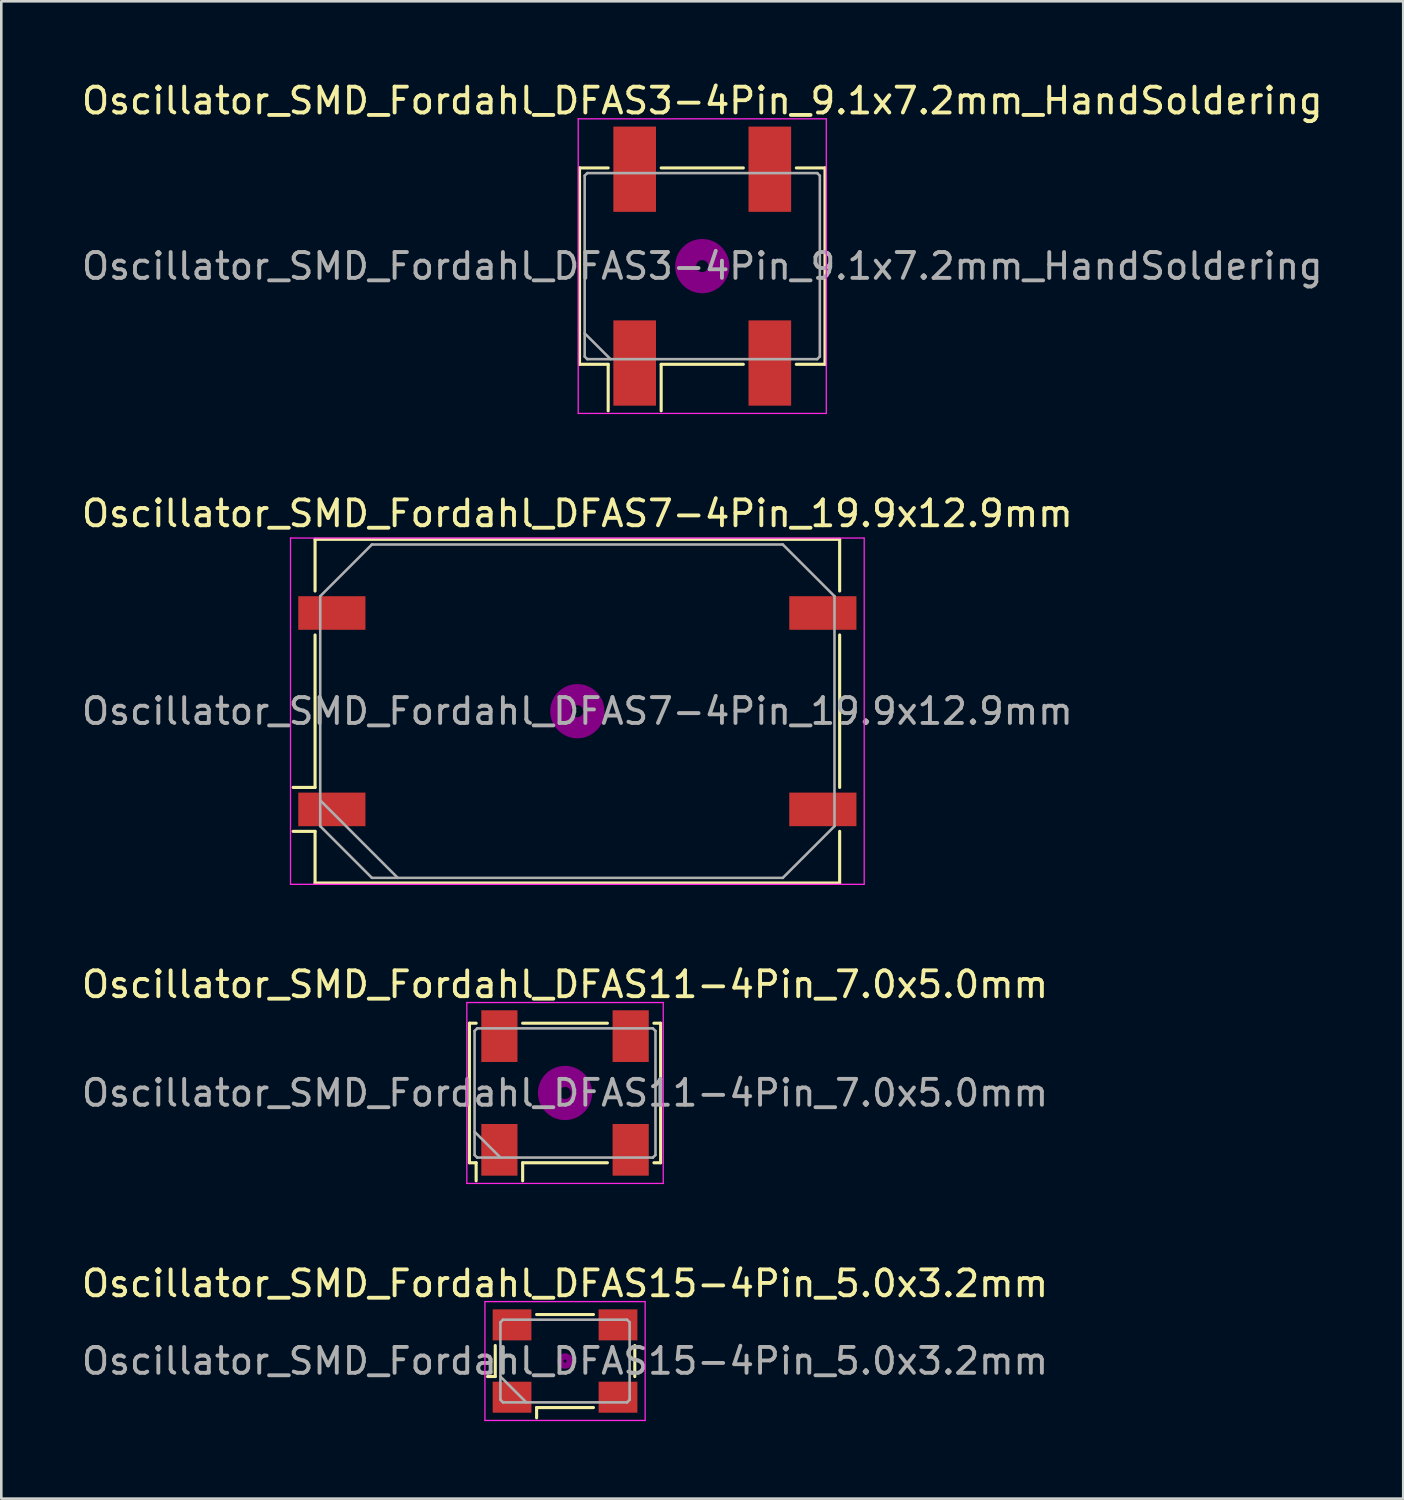
<source format=kicad_pcb>
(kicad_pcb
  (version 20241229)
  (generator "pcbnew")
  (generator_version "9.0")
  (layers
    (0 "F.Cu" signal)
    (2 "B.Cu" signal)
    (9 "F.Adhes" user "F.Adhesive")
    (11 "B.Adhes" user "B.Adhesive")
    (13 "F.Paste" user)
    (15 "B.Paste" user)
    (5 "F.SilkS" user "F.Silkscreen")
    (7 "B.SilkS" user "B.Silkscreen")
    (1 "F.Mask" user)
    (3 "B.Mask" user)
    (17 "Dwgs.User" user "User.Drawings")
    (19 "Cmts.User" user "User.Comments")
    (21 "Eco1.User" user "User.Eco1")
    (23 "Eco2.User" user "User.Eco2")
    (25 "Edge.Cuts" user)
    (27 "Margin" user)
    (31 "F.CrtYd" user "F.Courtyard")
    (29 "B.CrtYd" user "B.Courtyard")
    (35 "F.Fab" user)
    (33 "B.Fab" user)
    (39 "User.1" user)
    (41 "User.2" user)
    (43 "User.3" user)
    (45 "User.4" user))
  (footprint "Oscillator_SMD_Fordahl_DFAS7-4Pin_19.9x12.9mm"
    (layer "F.Cu")
    (at 19.292 24.471)
    (property "Reference" "Oscillator_SMD_Fordahl_DFAS7-4Pin_19.9x12.9mm" (at 0 -7.65 0) (layer "F.SilkS") (effects (font (size 1 1) (thickness 0.15))))
    (attr smd)
    (fp_line (start -11 2.95) (end -10.15 2.95) (stroke (width 0.12) (type solid)) (layer "F.SilkS"))
    (fp_line (start -11 4.65) (end -10.15 4.65) (stroke (width 0.12) (type solid)) (layer "F.SilkS"))
    (fp_line (start -10.15 -6.65) (end 10.15 -6.65) (stroke (width 0.12) (type solid)) (layer "F.SilkS"))
    (fp_line (start -10.15 -4.65) (end -10.15 -6.65) (stroke (width 0.12) (type solid)) (layer "F.SilkS"))
    (fp_line (start -10.15 2.95) (end -10.15 -2.95) (stroke (width 0.12) (type solid)) (layer "F.SilkS"))
    (fp_line (start -10.15 4.65) (end -10.15 6.65) (stroke (width 0.12) (type solid)) (layer "F.SilkS"))
    (fp_line (start -10.15 6.65) (end 10.15 6.65) (stroke (width 0.12) (type solid)) (layer "F.SilkS"))
    (fp_line (start 10.15 -6.65) (end 10.15 -4.65) (stroke (width 0.12) (type solid)) (layer "F.SilkS"))
    (fp_line (start 10.15 -2.95) (end 10.15 2.95) (stroke (width 0.12) (type solid)) (layer "F.SilkS"))
    (fp_line (start 10.15 6.65) (end 10.15 4.65) (stroke (width 0.12) (type solid)) (layer "F.SilkS"))
    (fp_circle (center 0 0) (end 0.233 0) (stroke (width 0.467) (type solid)) (fill no) (layer "F.Adhes"))
    (fp_circle (center 0 0) (end 0.533 0) (stroke (width 0.333) (type solid)) (fill no) (layer "F.Adhes"))
    (fp_circle (center 0 0) (end 0.833 0) (stroke (width 0.333) (type solid)) (fill no) (layer "F.Adhes"))
    (fp_circle (center 0 0) (end 1 0) (stroke (width 0.1) (type solid)) (fill no) (layer "F.Adhes"))
    (fp_line (start -11.1 -6.7) (end -11.1 6.7) (stroke (width 0.05) (type solid)) (layer "F.CrtYd"))
    (fp_line (start -11.1 6.7) (end 11.1 6.7) (stroke (width 0.05) (type solid)) (layer "F.CrtYd"))
    (fp_line (start 11.1 -6.7) (end -11.1 -6.7) (stroke (width 0.05) (type solid)) (layer "F.CrtYd"))
    (fp_line (start 11.1 6.7) (end 11.1 -6.7) (stroke (width 0.05) (type solid)) (layer "F.CrtYd"))
    (fp_line (start -9.95 -4.45) (end -7.95 -6.45) (stroke (width 0.1) (type solid)) (layer "F.Fab"))
    (fp_line (start -9.95 3.45) (end -6.95 6.45) (stroke (width 0.1) (type solid)) (layer "F.Fab"))
    (fp_line (start -9.95 4.45) (end -9.95 -4.45) (stroke (width 0.1) (type solid)) (layer "F.Fab"))
    (fp_line (start -7.95 -6.45) (end 7.95 -6.45) (stroke (width 0.1) (type solid)) (layer "F.Fab"))
    (fp_line (start -7.95 6.45) (end -9.95 4.45) (stroke (width 0.1) (type solid)) (layer "F.Fab"))
    (fp_line (start 7.95 -6.45) (end 9.95 -4.45) (stroke (width 0.1) (type solid)) (layer "F.Fab"))
    (fp_line (start 7.95 6.45) (end -7.95 6.45) (stroke (width 0.1) (type solid)) (layer "F.Fab"))
    (fp_line (start 9.95 -4.45) (end 9.95 4.45) (stroke (width 0.1) (type solid)) (layer "F.Fab"))
    (fp_line (start 9.95 4.45) (end 7.95 6.45) (stroke (width 0.1) (type solid)) (layer "F.Fab"))
    (fp_text user "${REFERENCE}" (at 0 0 0) (layer "F.Fab") (effects (font (size 1 1) (thickness 0.15))))
    (pad "1" smd rect (at -9.5 3.8) (size 2.6 1.3) (layers "F.Cu" "F.Mask" "F.Paste"))
    (pad "2" smd rect (at 9.5 3.8) (size 2.6 1.3) (layers "F.Cu" "F.Mask" "F.Paste"))
    (pad "3" smd rect (at 9.5 -3.8) (size 2.6 1.3) (layers "F.Cu" "F.Mask" "F.Paste"))
    (pad "4" smd rect (at -9.5 -3.8) (size 2.6 1.3) (layers "F.Cu" "F.Mask" "F.Paste")))
  (footprint "Oscillator_SMD_Fordahl_DFAS15-4Pin_5.0x3.2mm"
    (layer "F.Cu")
    (at 18.815 49.618)
    (property "Reference" "Oscillator_SMD_Fordahl_DFAS15-4Pin_5.0x3.2mm" (at 0 -3 0) (layer "F.SilkS") (effects (font (size 1 1) (thickness 0.15))))
    (attr smd)
    (fp_line (start -3 0.6) (end -2.7 0.6) (stroke (width 0.12) (type solid)) (layer "F.SilkS"))
    (fp_line (start -2.7 0.6) (end -2.7 -0.6) (stroke (width 0.12) (type solid)) (layer "F.SilkS"))
    (fp_line (start -1.1 -1.8) (end 1.1 -1.8) (stroke (width 0.12) (type solid)) (layer "F.SilkS"))
    (fp_line (start -1.1 1.8) (end -1.1 2.2) (stroke (width 0.12) (type solid)) (layer "F.SilkS"))
    (fp_line (start 1.1 1.8) (end -1.1 1.8) (stroke (width 0.12) (type solid)) (layer "F.SilkS"))
    (fp_line (start 2.7 -0.6) (end 2.7 0.6) (stroke (width 0.12) (type solid)) (layer "F.SilkS"))
    (fp_circle (center 0 0) (end 0.058 0) (stroke (width 0.117) (type solid)) (fill no) (layer "F.Adhes"))
    (fp_circle (center 0 0) (end 0.133 0) (stroke (width 0.083) (type solid)) (fill no) (layer "F.Adhes"))
    (fp_circle (center 0 0) (end 0.208 0) (stroke (width 0.083) (type solid)) (fill no) (layer "F.Adhes"))
    (fp_circle (center 0 0) (end 0.25 0) (stroke (width 0.1) (type solid)) (fill no) (layer "F.Adhes"))
    (fp_line (start -3.1 -2.3) (end -3.1 2.3) (stroke (width 0.05) (type solid)) (layer "F.CrtYd"))
    (fp_line (start -3.1 2.3) (end 3.1 2.3) (stroke (width 0.05) (type solid)) (layer "F.CrtYd"))
    (fp_line (start 3.1 -2.3) (end -3.1 -2.3) (stroke (width 0.05) (type solid)) (layer "F.CrtYd"))
    (fp_line (start 3.1 2.3) (end 3.1 -2.3) (stroke (width 0.05) (type solid)) (layer "F.CrtYd"))
    (fp_line (start -2.5 -1.5) (end -2.4 -1.6) (stroke (width 0.1) (type solid)) (layer "F.Fab"))
    (fp_line (start -2.5 0.6) (end -1.5 1.6) (stroke (width 0.1) (type solid)) (layer "F.Fab"))
    (fp_line (start -2.5 1.5) (end -2.5 -1.5) (stroke (width 0.1) (type solid)) (layer "F.Fab"))
    (fp_line (start -2.4 -1.6) (end 2.4 -1.6) (stroke (width 0.1) (type solid)) (layer "F.Fab"))
    (fp_line (start -2.4 1.6) (end -2.5 1.5) (stroke (width 0.1) (type solid)) (layer "F.Fab"))
    (fp_line (start 2.4 -1.6) (end 2.5 -1.5) (stroke (width 0.1) (type solid)) (layer "F.Fab"))
    (fp_line (start 2.4 1.6) (end -2.4 1.6) (stroke (width 0.1) (type solid)) (layer "F.Fab"))
    (fp_line (start 2.5 -1.5) (end 2.5 1.5) (stroke (width 0.1) (type solid)) (layer "F.Fab"))
    (fp_line (start 2.5 1.5) (end 2.4 1.6) (stroke (width 0.1) (type solid)) (layer "F.Fab"))
    (fp_text user "${REFERENCE}" (at 0 0 0) (layer "F.Fab") (effects (font (size 1 1) (thickness 0.15))))
    (pad "1" smd rect (at -2.05 1.4) (size 1.5 1.2) (layers "F.Cu" "F.Mask" "F.Paste"))
    (pad "2" smd rect (at 2.05 1.4) (size 1.5 1.2) (layers "F.Cu" "F.Mask" "F.Paste"))
    (pad "3" smd rect (at 2.05 -1.4) (size 1.5 1.2) (layers "F.Cu" "F.Mask" "F.Paste"))
    (pad "4" smd rect (at -2.05 -1.4) (size 1.5 1.2) (layers "F.Cu" "F.Mask" "F.Paste")))
  (footprint "Oscillator_SMD_Fordahl_DFAS3-4Pin_9.1x7.2mm_HandSoldering"
    (layer "F.Cu")
    (at 24.125 7.248)
    (property "Reference" "Oscillator_SMD_Fordahl_DFAS3-4Pin_9.1x7.2mm_HandSoldering" (at 0 -6.4 0) (layer "F.SilkS") (effects (font (size 1 1) (thickness 0.15))))
    (attr smd)
    (fp_line (start -4.75 -3.8) (end -3.64 -3.8) (stroke (width 0.12) (type solid)) (layer "F.SilkS"))
    (fp_line (start -4.75 3.8) (end -4.75 -3.8) (stroke (width 0.12) (type solid)) (layer "F.SilkS"))
    (fp_line (start -3.64 3.8) (end -4.75 3.8) (stroke (width 0.12) (type solid)) (layer "F.SilkS"))
    (fp_line (start -3.64 5.6) (end -3.64 3.8) (stroke (width 0.12) (type solid)) (layer "F.SilkS"))
    (fp_line (start -1.59 -3.8) (end 1.59 -3.8) (stroke (width 0.12) (type solid)) (layer "F.SilkS"))
    (fp_line (start -1.59 3.8) (end -1.59 5.6) (stroke (width 0.12) (type solid)) (layer "F.SilkS"))
    (fp_line (start 1.59 3.8) (end -1.59 3.8) (stroke (width 0.12) (type solid)) (layer "F.SilkS"))
    (fp_line (start 3.64 -3.8) (end 4.75 -3.8) (stroke (width 0.12) (type solid)) (layer "F.SilkS"))
    (fp_line (start 4.75 -3.8) (end 4.75 3.8) (stroke (width 0.12) (type solid)) (layer "F.SilkS"))
    (fp_line (start 4.75 3.8) (end 3.64 3.8) (stroke (width 0.12) (type solid)) (layer "F.SilkS"))
    (fp_circle (center 0 0) (end 0.233 0) (stroke (width 0.467) (type solid)) (fill no) (layer "F.Adhes"))
    (fp_circle (center 0 0) (end 0.533 0) (stroke (width 0.333) (type solid)) (fill no) (layer "F.Adhes"))
    (fp_circle (center 0 0) (end 0.833 0) (stroke (width 0.333) (type solid)) (fill no) (layer "F.Adhes"))
    (fp_circle (center 0 0) (end 1 0) (stroke (width 0.1) (type solid)) (fill no) (layer "F.Adhes"))
    (fp_line (start -4.8 -5.7) (end -4.8 5.7) (stroke (width 0.05) (type solid)) (layer "F.CrtYd"))
    (fp_line (start -4.8 5.7) (end 4.8 5.7) (stroke (width 0.05) (type solid)) (layer "F.CrtYd"))
    (fp_line (start 4.8 -5.7) (end -4.8 -5.7) (stroke (width 0.05) (type solid)) (layer "F.CrtYd"))
    (fp_line (start 4.8 5.7) (end 4.8 -5.7) (stroke (width 0.05) (type solid)) (layer "F.CrtYd"))
    (fp_line (start -4.55 -3.5) (end -4.45 -3.6) (stroke (width 0.1) (type solid)) (layer "F.Fab"))
    (fp_line (start -4.55 2.6) (end -3.55 3.6) (stroke (width 0.1) (type solid)) (layer "F.Fab"))
    (fp_line (start -4.55 3.5) (end -4.55 -3.5) (stroke (width 0.1) (type solid)) (layer "F.Fab"))
    (fp_line (start -4.45 -3.6) (end 4.45 -3.6) (stroke (width 0.1) (type solid)) (layer "F.Fab"))
    (fp_line (start -4.45 3.6) (end -4.55 3.5) (stroke (width 0.1) (type solid)) (layer "F.Fab"))
    (fp_line (start 4.45 -3.6) (end 4.55 -3.5) (stroke (width 0.1) (type solid)) (layer "F.Fab"))
    (fp_line (start 4.45 3.6) (end -4.45 3.6) (stroke (width 0.1) (type solid)) (layer "F.Fab"))
    (fp_line (start 4.55 -3.5) (end 4.55 3.5) (stroke (width 0.1) (type solid)) (layer "F.Fab"))
    (fp_line (start 4.55 3.5) (end 4.45 3.6) (stroke (width 0.1) (type solid)) (layer "F.Fab"))
    (fp_text user "${REFERENCE}" (at 0 0 0) (layer "F.Fab") (effects (font (size 1 1) (thickness 0.15))))
    (pad "1" smd rect (at -2.615 3.75) (size 1.65 3.3) (layers "F.Cu" "F.Mask" "F.Paste"))
    (pad "2" smd rect (at 2.615 3.75) (size 1.65 3.3) (layers "F.Cu" "F.Mask" "F.Paste"))
    (pad "3" smd rect (at 2.615 -3.75) (size 1.65 3.3) (layers "F.Cu" "F.Mask" "F.Paste"))
    (pad "4" smd rect (at -2.615 -3.75) (size 1.65 3.3) (layers "F.Cu" "F.Mask" "F.Paste")))
  (footprint "Oscillator_SMD_Fordahl_DFAS11-4Pin_7.0x5.0mm"
    (layer "F.Cu")
    (at 18.815 39.245)
    (property "Reference" "Oscillator_SMD_Fordahl_DFAS11-4Pin_7.0x5.0mm" (at 0 -4.2 0) (layer "F.SilkS") (effects (font (size 1 1) (thickness 0.15))))
    (attr smd)
    (fp_line (start -3.7 -2.7) (end -3.44 -2.7) (stroke (width 0.12) (type solid)) (layer "F.SilkS"))
    (fp_line (start -3.7 2.7) (end -3.7 -2.7) (stroke (width 0.12) (type solid)) (layer "F.SilkS"))
    (fp_line (start -3.44 2.7) (end -3.7 2.7) (stroke (width 0.12) (type solid)) (layer "F.SilkS"))
    (fp_line (start -3.44 3.4) (end -3.44 2.7) (stroke (width 0.12) (type solid)) (layer "F.SilkS"))
    (fp_line (start -1.64 -2.7) (end 1.64 -2.7) (stroke (width 0.12) (type solid)) (layer "F.SilkS"))
    (fp_line (start -1.64 2.7) (end -1.64 3.4) (stroke (width 0.12) (type solid)) (layer "F.SilkS"))
    (fp_line (start 1.64 2.7) (end -1.64 2.7) (stroke (width 0.12) (type solid)) (layer "F.SilkS"))
    (fp_line (start 3.44 -2.7) (end 3.7 -2.7) (stroke (width 0.12) (type solid)) (layer "F.SilkS"))
    (fp_line (start 3.7 -2.7) (end 3.7 2.7) (stroke (width 0.12) (type solid)) (layer "F.SilkS"))
    (fp_line (start 3.7 2.7) (end 3.44 2.7) (stroke (width 0.12) (type solid)) (layer "F.SilkS"))
    (fp_circle (center 0 0) (end 0.233 0) (stroke (width 0.467) (type solid)) (fill no) (layer "F.Adhes"))
    (fp_circle (center 0 0) (end 0.533 0) (stroke (width 0.333) (type solid)) (fill no) (layer "F.Adhes"))
    (fp_circle (center 0 0) (end 0.833 0) (stroke (width 0.333) (type solid)) (fill no) (layer "F.Adhes"))
    (fp_circle (center 0 0) (end 1 0) (stroke (width 0.1) (type solid)) (fill no) (layer "F.Adhes"))
    (fp_line (start -3.8 -3.5) (end -3.8 3.5) (stroke (width 0.05) (type solid)) (layer "F.CrtYd"))
    (fp_line (start -3.8 3.5) (end 3.8 3.5) (stroke (width 0.05) (type solid)) (layer "F.CrtYd"))
    (fp_line (start 3.8 -3.5) (end -3.8 -3.5) (stroke (width 0.05) (type solid)) (layer "F.CrtYd"))
    (fp_line (start 3.8 3.5) (end 3.8 -3.5) (stroke (width 0.05) (type solid)) (layer "F.CrtYd"))
    (fp_line (start -3.5 -2.4) (end -3.4 -2.5) (stroke (width 0.1) (type solid)) (layer "F.Fab"))
    (fp_line (start -3.5 1.5) (end -2.5 2.5) (stroke (width 0.1) (type solid)) (layer "F.Fab"))
    (fp_line (start -3.5 2.4) (end -3.5 -2.4) (stroke (width 0.1) (type solid)) (layer "F.Fab"))
    (fp_line (start -3.4 -2.5) (end 3.4 -2.5) (stroke (width 0.1) (type solid)) (layer "F.Fab"))
    (fp_line (start -3.4 2.5) (end -3.5 2.4) (stroke (width 0.1) (type solid)) (layer "F.Fab"))
    (fp_line (start 3.4 -2.5) (end 3.5 -2.4) (stroke (width 0.1) (type solid)) (layer "F.Fab"))
    (fp_line (start 3.4 2.5) (end -3.4 2.5) (stroke (width 0.1) (type solid)) (layer "F.Fab"))
    (fp_line (start 3.5 -2.4) (end 3.5 2.4) (stroke (width 0.1) (type solid)) (layer "F.Fab"))
    (fp_line (start 3.5 2.4) (end 3.4 2.5) (stroke (width 0.1) (type solid)) (layer "F.Fab"))
    (fp_text user "${REFERENCE}" (at 0 0 0) (layer "F.Fab") (effects (font (size 1 1) (thickness 0.15))))
    (pad "1" smd rect (at -2.54 2.2) (size 1.4 2) (layers "F.Cu" "F.Mask" "F.Paste"))
    (pad "2" smd rect (at 2.54 2.2) (size 1.4 2) (layers "F.Cu" "F.Mask" "F.Paste"))
    (pad "3" smd rect (at 2.54 -2.2) (size 1.4 2) (layers "F.Cu" "F.Mask" "F.Paste"))
    (pad "4" smd rect (at -2.54 -2.2) (size 1.4 2) (layers "F.Cu" "F.Mask" "F.Paste")))
  (gr_rect
    (start -3 -3)
    (end 51.25 54.943)
    (stroke (width 0.1) (type default))
    (fill no)
    (layer "Edge.Cuts")))
</source>
